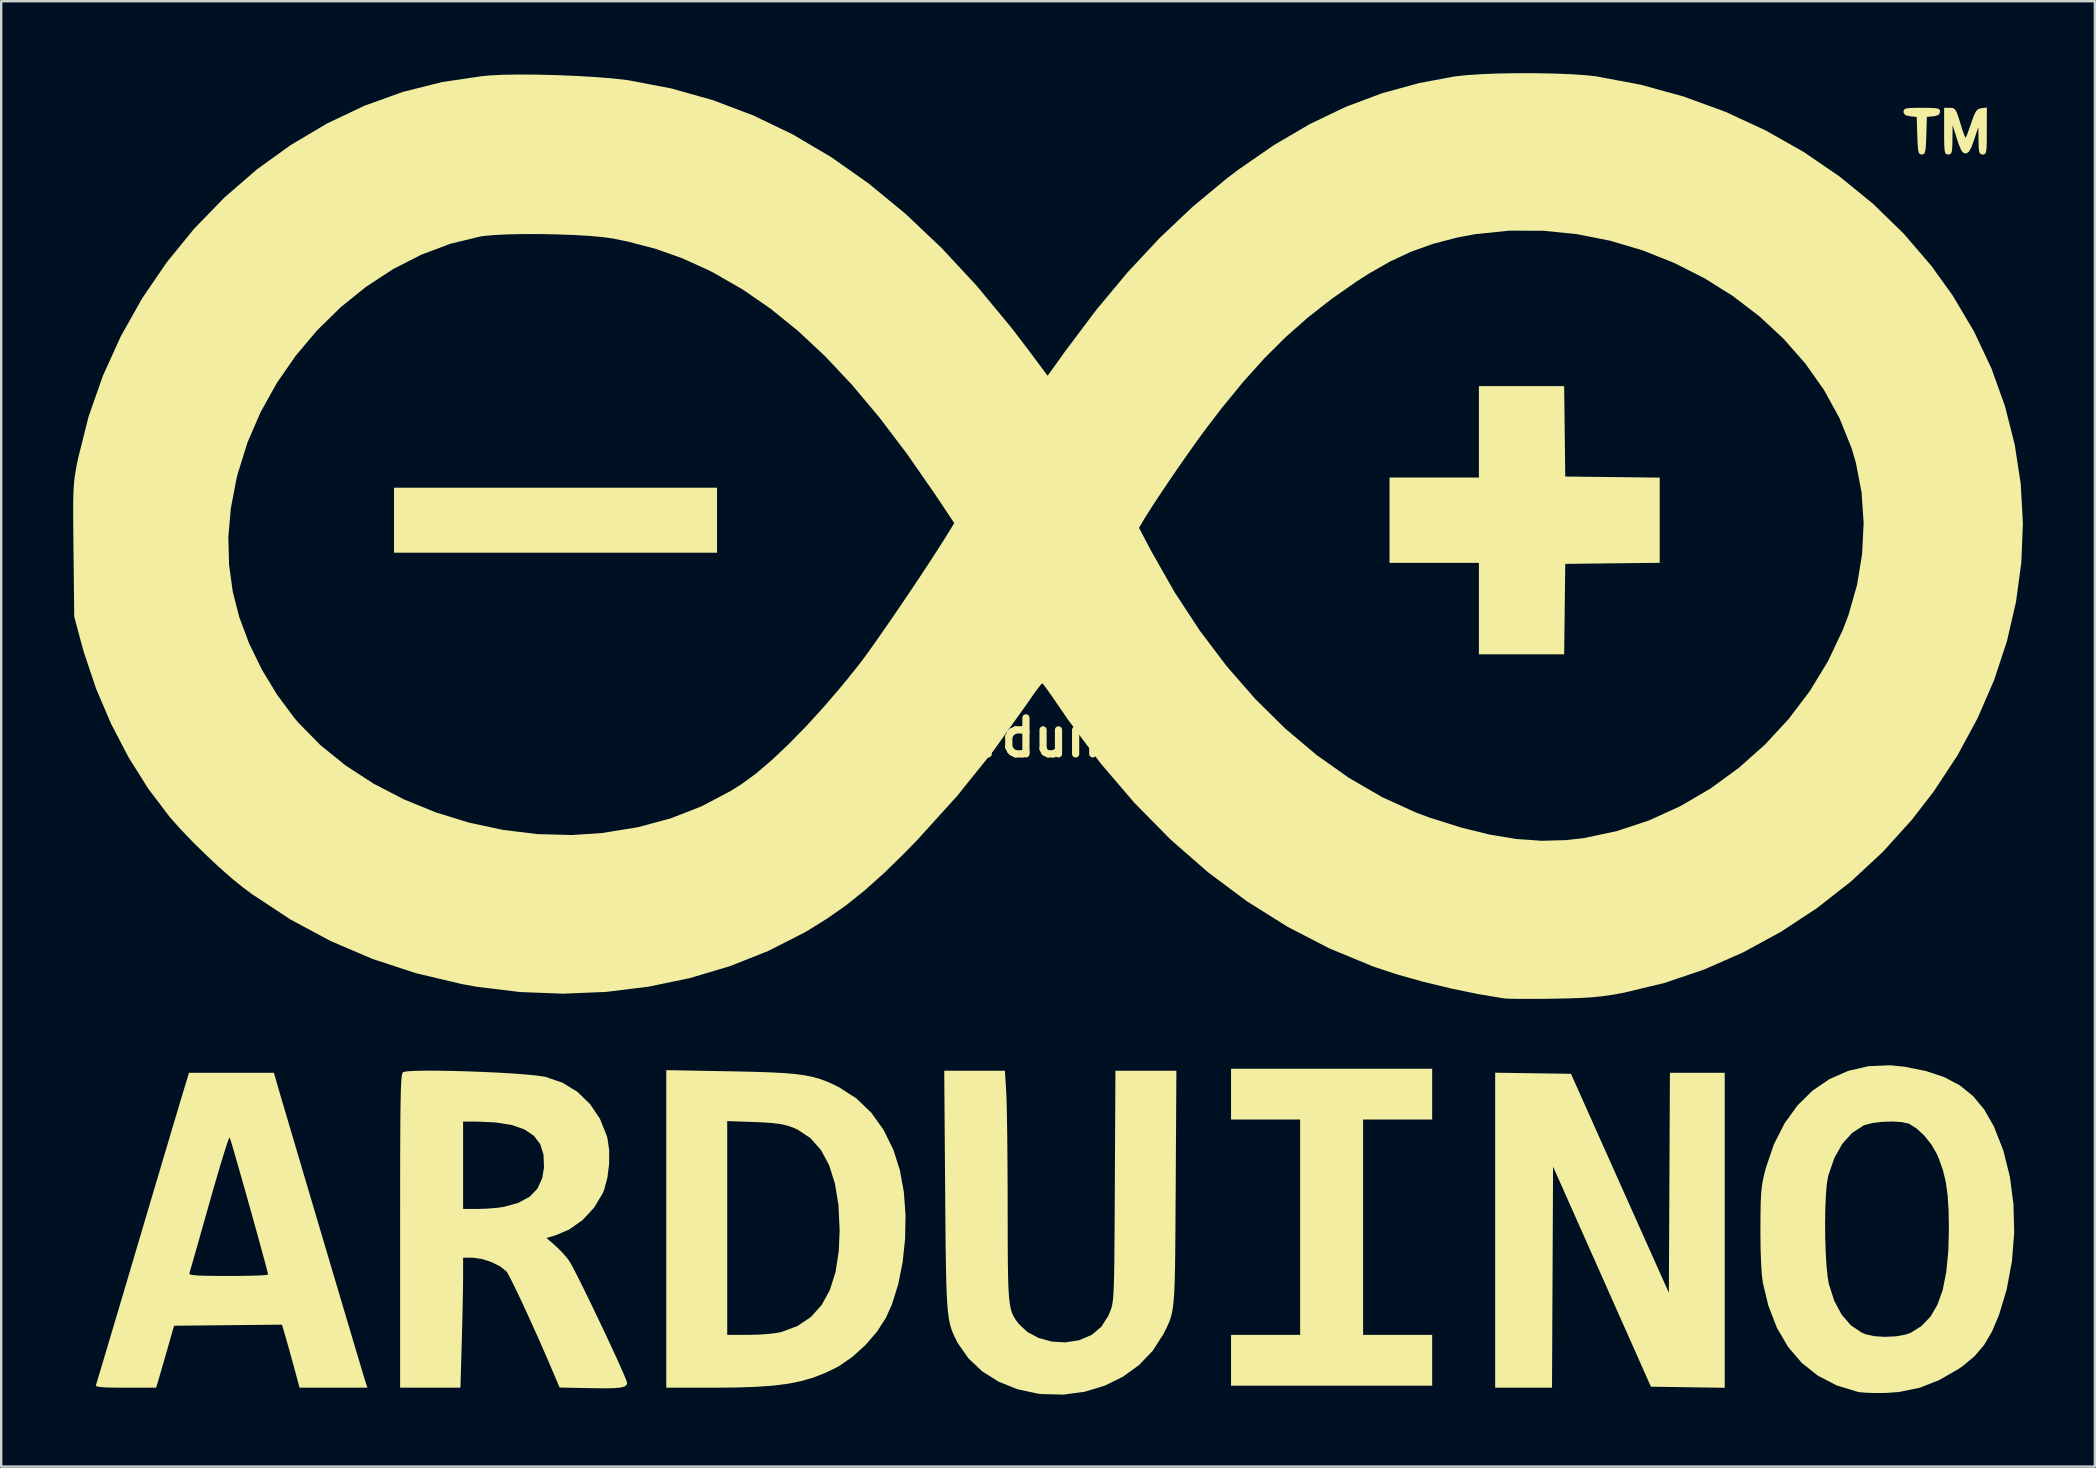
<source format=kicad_pcb>
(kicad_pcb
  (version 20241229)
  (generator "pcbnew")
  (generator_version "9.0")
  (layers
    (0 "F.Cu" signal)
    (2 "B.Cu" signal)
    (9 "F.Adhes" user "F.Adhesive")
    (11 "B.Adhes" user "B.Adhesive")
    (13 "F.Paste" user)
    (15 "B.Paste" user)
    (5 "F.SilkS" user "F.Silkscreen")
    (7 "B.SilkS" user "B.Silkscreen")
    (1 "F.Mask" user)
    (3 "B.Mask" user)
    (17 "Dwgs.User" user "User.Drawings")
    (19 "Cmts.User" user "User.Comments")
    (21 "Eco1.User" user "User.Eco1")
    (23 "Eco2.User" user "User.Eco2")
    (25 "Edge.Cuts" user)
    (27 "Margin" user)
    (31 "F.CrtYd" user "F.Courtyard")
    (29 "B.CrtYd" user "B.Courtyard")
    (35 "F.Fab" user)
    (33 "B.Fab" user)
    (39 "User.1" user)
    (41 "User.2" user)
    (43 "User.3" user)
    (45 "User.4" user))
  (footprint "arduino"
    (layer "F.Cu")
    (at 40.634 27.689)
    (property "Reference" "arduino" (at 0 0 0) (layer "F.SilkS") (effects (font (size 1.5 1.5) (thickness 0.3))))
    (attr board_only exclude_from_pos_files exclude_from_bom)
    (fp_poly (pts (xy -13.801 -9.059) (xy -13.801 -7.705) (xy -20.532 -7.705) (xy -27.263 -7.705) (xy -27.263 -9.059) (xy -27.263 -10.414) (xy -20.532 -10.414) (xy -13.801 -10.414)) (stroke (width 0) (type solid)) (fill yes) (layer "F.SilkS"))
    (fp_poly (pts (xy 20.206 13.989) (xy 21.786 14.012) (xy 23.826 18.576) (xy 25.866 23.139) (xy 25.888 18.554) (xy 25.909 13.97) (xy 27.052 13.97) (xy 28.194 13.97) (xy 28.194 20.534) (xy 28.194 27.097) (xy 26.656 27.074) (xy 25.118 27.051) (xy 23.079 22.465) (xy 21.04 17.879) (xy 21.018 22.486) (xy 20.996 27.093) (xy 19.811 27.093) (xy 18.627 27.093) (xy 18.627 20.53) (xy 18.627 13.966)) (stroke (width 0) (type solid)) (fill yes) (layer "F.SilkS"))
    (fp_poly (pts (xy 16.002 14.859) (xy 16.002 15.917) (xy 14.563 15.917) (xy 13.123 15.917) (xy 13.123 20.405) (xy 13.123 24.892) (xy 14.563 24.892) (xy 16.002 24.892) (xy 16.002 25.95) (xy 16.002 27.009) (xy 11.811 27.009) (xy 7.62 27.009) (xy 7.62 25.95) (xy 7.62 24.892) (xy 9.059 24.892) (xy 10.499 24.892) (xy 10.499 20.405) (xy 10.499 15.917) (xy 9.059 15.917) (xy 7.62 15.917) (xy 7.62 14.859) (xy 7.62 13.801) (xy 11.811 13.801) (xy 16.002 13.801)) (stroke (width 0) (type solid)) (fill yes) (layer "F.SilkS"))
    (fp_poly (pts (xy 21.525 -12.764) (xy 21.548 -10.88) (xy 23.516 -10.857) (xy 25.485 -10.834) (xy 25.485 -9.059) (xy 25.485 -7.284) (xy 23.516 -7.262) (xy 21.548 -7.239) (xy 21.525 -5.355) (xy 21.502 -3.471) (xy 19.726 -3.471) (xy 17.949 -3.471) (xy 17.949 -5.376) (xy 17.949 -7.281) (xy 16.087 -7.281) (xy 14.224 -7.281) (xy 14.224 -9.059) (xy 14.224 -10.837) (xy 16.087 -10.837) (xy 17.949 -10.837) (xy 17.949 -12.742) (xy 17.949 -14.647) (xy 19.726 -14.647) (xy 21.502 -14.647)) (stroke (width 0) (type solid)) (fill yes) (layer "F.SilkS"))
    (fp_poly (pts (xy 36.769 -26.244) (xy 36.994 -26.23) (xy 37.115 -26.199) (xy 37.162 -26.143) (xy 37.169 -26.083) (xy 37.121 -25.958) (xy 36.954 -25.899) (xy 36.894 -25.892) (xy 36.618 -25.866) (xy 36.594 -25.082) (xy 36.579 -24.713) (xy 36.558 -24.482) (xy 36.523 -24.357) (xy 36.467 -24.307) (xy 36.407 -24.299) (xy 36.329 -24.315) (xy 36.279 -24.382) (xy 36.248 -24.531) (xy 36.23 -24.796) (xy 36.219 -25.082) (xy 36.195 -25.866) (xy 35.92 -25.892) (xy 35.719 -25.94) (xy 35.647 -26.047) (xy 35.645 -26.083) (xy 35.659 -26.161) (xy 35.722 -26.209) (xy 35.867 -26.235) (xy 36.126 -26.245) (xy 36.407 -26.247)) (stroke (width 0) (type solid)) (fill yes) (layer "F.SilkS"))
    (fp_poly (pts (xy 39.116 -25.279) (xy 39.114 -24.859) (xy 39.106 -24.58) (xy 39.085 -24.413) (xy 39.048 -24.33) (xy 38.989 -24.302) (xy 38.947 -24.299) (xy 38.856 -24.316) (xy 38.804 -24.392) (xy 38.779 -24.564) (xy 38.77 -24.867) (xy 38.77 -24.871) (xy 38.763 -25.442) (xy 38.579 -24.892) (xy 38.466 -24.584) (xy 38.368 -24.412) (xy 38.267 -24.346) (xy 38.23 -24.342) (xy 38.129 -24.376) (xy 38.039 -24.499) (xy 37.941 -24.741) (xy 37.877 -24.934) (xy 37.691 -25.527) (xy 37.684 -24.913) (xy 37.676 -24.595) (xy 37.654 -24.41) (xy 37.608 -24.324) (xy 37.528 -24.3) (xy 37.507 -24.299) (xy 37.435 -24.31) (xy 37.386 -24.36) (xy 37.357 -24.478) (xy 37.343 -24.694) (xy 37.338 -25.035) (xy 37.338 -25.273) (xy 37.338 -26.247) (xy 37.58 -26.247) (xy 37.704 -26.236) (xy 37.792 -26.181) (xy 37.867 -26.048) (xy 37.952 -25.804) (xy 38.012 -25.606) (xy 38.104 -25.312) (xy 38.181 -25.098) (xy 38.23 -25.002) (xy 38.237 -25) (xy 38.279 -25.092) (xy 38.358 -25.302) (xy 38.457 -25.586) (xy 38.468 -25.62) (xy 38.579 -25.928) (xy 38.671 -26.109) (xy 38.767 -26.198) (xy 38.89 -26.231) (xy 39.116 -26.258)) (stroke (width 0) (type solid)) (fill yes) (layer "F.SilkS"))
    (fp_poly (pts (xy -13.271 13.907) (xy -12.396 13.925) (xy -11.667 13.948) (xy -11.065 13.978) (xy -10.565 14.02) (xy -10.148 14.075) (xy -9.79 14.148) (xy -9.47 14.241) (xy -9.167 14.358) (xy -8.857 14.502) (xy -8.702 14.58) (xy -7.99 15.042) (xy -7.371 15.638) (xy -6.854 16.359) (xy -6.447 17.192) (xy -6.18 18.034) (xy -6.017 18.934) (xy -5.946 19.897) (xy -5.964 20.885) (xy -6.067 21.861) (xy -6.251 22.787) (xy -6.514 23.626) (xy -6.759 24.172) (xy -7.125 24.744) (xy -7.605 25.303) (xy -8.151 25.801) (xy -8.716 26.193) (xy -8.848 26.264) (xy -9.322 26.49) (xy -9.797 26.674) (xy -10.295 26.818) (xy -10.841 26.928) (xy -11.46 27.006) (xy -12.175 27.057) (xy -13.01 27.085) (xy -13.989 27.093) (xy -15.917 27.093) (xy -15.917 20.477) (xy -15.917 20.437) (xy -13.377 20.437) (xy -13.377 24.892) (xy -12.467 24.891) (xy -12.022 24.879) (xy -11.593 24.847) (xy -11.243 24.8) (xy -11.111 24.771) (xy -10.447 24.52) (xy -9.892 24.148) (xy -9.444 23.651) (xy -9.102 23.028) (xy -8.863 22.276) (xy -8.727 21.392) (xy -8.692 20.532) (xy -8.741 19.491) (xy -8.888 18.586) (xy -9.131 17.818) (xy -9.472 17.187) (xy -9.908 16.693) (xy -10.44 16.339) (xy -10.642 16.25) (xy -10.9 16.164) (xy -11.18 16.102) (xy -11.524 16.061) (xy -11.973 16.032) (xy -12.255 16.021) (xy -13.377 15.982) (xy -13.377 20.437) (xy -15.917 20.437) (xy -15.917 13.86)) (stroke (width 0) (type solid)) (fill yes) (layer "F.SilkS"))
    (fp_poly (pts (xy -1.749 14.788) (xy -1.737 15.062) (xy -1.726 15.484) (xy -1.716 16.031) (xy -1.707 16.68) (xy -1.7 17.409) (xy -1.694 18.197) (xy -1.691 19.021) (xy -1.69 19.592) (xy -1.688 20.549) (xy -1.686 21.352) (xy -1.68 22.017) (xy -1.67 22.56) (xy -1.654 22.997) (xy -1.63 23.344) (xy -1.597 23.616) (xy -1.554 23.829) (xy -1.499 23.999) (xy -1.431 24.141) (xy -1.348 24.272) (xy -1.248 24.407) (xy -1.232 24.428) (xy -0.872 24.769) (xy -0.402 25.02) (xy 0.138 25.169) (xy 0.709 25.205) (xy 1.272 25.119) (xy 1.297 25.112) (xy 1.816 24.89) (xy 2.215 24.554) (xy 2.508 24.091) (xy 2.557 23.977) (xy 2.598 23.872) (xy 2.634 23.769) (xy 2.663 23.654) (xy 2.687 23.513) (xy 2.707 23.331) (xy 2.723 23.094) (xy 2.736 22.788) (xy 2.746 22.398) (xy 2.754 21.91) (xy 2.76 21.31) (xy 2.766 20.584) (xy 2.771 19.717) (xy 2.776 18.696) (xy 2.776 18.69) (xy 2.801 13.885) (xy 4.071 13.885) (xy 5.342 13.885) (xy 5.313 18.775) (xy 5.306 19.832) (xy 5.3 20.734) (xy 5.293 21.497) (xy 5.284 22.135) (xy 5.271 22.662) (xy 5.254 23.094) (xy 5.23 23.444) (xy 5.199 23.729) (xy 5.16 23.962) (xy 5.111 24.159) (xy 5.051 24.334) (xy 4.979 24.501) (xy 4.893 24.676) (xy 4.798 24.863) (xy 4.356 25.553) (xy 3.788 26.147) (xy 3.113 26.636) (xy 2.351 27.01) (xy 1.519 27.262) (xy 0.638 27.381) (xy -0.274 27.359) (xy -0.437 27.34) (xy -1.293 27.154) (xy -2.07 26.841) (xy -2.752 26.411) (xy -3.321 25.875) (xy -3.762 25.244) (xy -3.814 25.146) (xy -3.903 24.968) (xy -3.979 24.8) (xy -4.043 24.626) (xy -4.097 24.434) (xy -4.142 24.208) (xy -4.178 23.934) (xy -4.207 23.599) (xy -4.23 23.187) (xy -4.248 22.686) (xy -4.261 22.079) (xy -4.273 21.355) (xy -4.282 20.497) (xy -4.29 19.492) (xy -4.295 18.86) (xy -4.333 13.885) (xy -3.068 13.885) (xy -1.804 13.885)) (stroke (width 0) (type solid)) (fill yes) (layer "F.SilkS"))
    (fp_poly (pts (xy 35.673 13.714) (xy 36.582 13.897) (xy 37.352 14.154) (xy 38 14.498) (xy 38.544 14.941) (xy 39.003 15.493) (xy 39.392 16.168) (xy 39.411 16.207) (xy 39.805 17.207) (xy 40.077 18.299) (xy 40.228 19.453) (xy 40.257 20.641) (xy 40.162 21.836) (xy 39.942 23.008) (xy 39.627 24.053) (xy 39.335 24.748) (xy 39.005 25.31) (xy 38.607 25.779) (xy 38.114 26.19) (xy 37.937 26.312) (xy 37.123 26.78) (xy 36.313 27.096) (xy 35.471 27.27) (xy 34.929 27.311) (xy 34.524 27.316) (xy 34.143 27.306) (xy 33.844 27.283) (xy 33.74 27.267) (xy 32.858 26.998) (xy 32.078 26.594) (xy 31.402 26.058) (xy 30.831 25.39) (xy 30.367 24.594) (xy 30.011 23.67) (xy 29.785 22.733) (xy 29.742 22.396) (xy 29.71 21.918) (xy 29.689 21.324) (xy 29.681 20.642) (xy 29.681 20.447) (xy 29.683 20.22) (xy 32.377 20.22) (xy 32.382 20.846) (xy 32.402 21.454) (xy 32.435 22.009) (xy 32.482 22.472) (xy 32.535 22.775) (xy 32.758 23.471) (xy 33.067 24.049) (xy 33.454 24.497) (xy 33.909 24.802) (xy 34.056 24.864) (xy 34.42 24.946) (xy 34.865 24.974) (xy 35.325 24.952) (xy 35.733 24.88) (xy 35.951 24.802) (xy 36.398 24.519) (xy 36.765 24.135) (xy 37.057 23.64) (xy 37.276 23.024) (xy 37.426 22.277) (xy 37.512 21.391) (xy 37.536 20.489) (xy 37.524 19.713) (xy 37.483 19.068) (xy 37.406 18.518) (xy 37.287 18.027) (xy 37.122 17.56) (xy 37.035 17.356) (xy 36.812 16.967) (xy 36.518 16.597) (xy 36.194 16.293) (xy 35.881 16.097) (xy 35.85 16.084) (xy 35.56 16.022) (xy 35.169 16) (xy 34.74 16.015) (xy 34.337 16.065) (xy 34.023 16.148) (xy 33.985 16.163) (xy 33.502 16.475) (xy 33.091 16.932) (xy 32.759 17.527) (xy 32.512 18.249) (xy 32.502 18.288) (xy 32.448 18.611) (xy 32.41 19.065) (xy 32.386 19.614) (xy 32.377 20.22) (xy 29.683 20.22) (xy 29.685 19.851) (xy 29.693 19.389) (xy 29.71 19.028) (xy 29.737 18.732) (xy 29.779 18.468) (xy 29.839 18.2) (xy 29.909 17.93) (xy 30.245 16.945) (xy 30.688 16.076) (xy 31.227 15.329) (xy 31.855 14.711) (xy 32.564 14.229) (xy 33.343 13.888) (xy 34.185 13.695) (xy 35.081 13.656)) (stroke (width 0) (type solid)) (fill yes) (layer "F.SilkS"))
    (fp_poly (pts (xy -32.129 14.457) (xy -32.063 14.686) (xy -31.956 15.05) (xy -31.813 15.533) (xy -31.64 16.119) (xy -31.441 16.793) (xy -31.22 17.539) (xy -30.983 18.341) (xy -30.733 19.185) (xy -30.475 20.055) (xy -30.214 20.934) (xy -29.955 21.808) (xy -29.702 22.661) (xy -29.459 23.477) (xy -29.232 24.241) (xy -29.025 24.937) (xy -28.843 25.55) (xy -28.689 26.064) (xy -28.57 26.463) (xy -28.489 26.733) (xy -28.451 26.857) (xy -28.45 26.86) (xy -28.372 27.093) (xy -29.786 27.093) (xy -31.2 27.093) (xy -31.435 26.225) (xy -31.55 25.807) (xy -31.664 25.395) (xy -31.761 25.052) (xy -31.802 24.912) (xy -31.933 24.466) (xy -34.182 24.488) (xy -36.431 24.511) (xy -36.636 25.231) (xy -36.756 25.651) (xy -36.885 26.097) (xy -36.996 26.48) (xy -37.008 26.522) (xy -37.176 27.093) (xy -38.451 27.093) (xy -38.961 27.09) (xy -39.321 27.08) (xy -39.549 27.06) (xy -39.665 27.03) (xy -39.687 26.988) (xy -39.656 26.89) (xy -39.582 26.644) (xy -39.468 26.263) (xy -39.317 25.759) (xy -39.135 25.146) (xy -38.924 24.438) (xy -38.689 23.648) (xy -38.434 22.789) (xy -38.298 22.331) (xy -35.794 22.331) (xy -35.771 22.369) (xy -35.661 22.397) (xy -35.445 22.417) (xy -35.107 22.429) (xy -34.63 22.435) (xy -34.172 22.437) (xy -33.663 22.434) (xy -33.217 22.426) (xy -32.859 22.414) (xy -32.617 22.399) (xy -32.514 22.381) (xy -32.512 22.378) (xy -32.534 22.276) (xy -32.596 22.035) (xy -32.691 21.678) (xy -32.814 21.228) (xy -32.957 20.709) (xy -33.114 20.142) (xy -33.279 19.552) (xy -33.445 18.96) (xy -33.607 18.39) (xy -33.757 17.864) (xy -33.888 17.406) (xy -33.996 17.038) (xy -34.073 16.783) (xy -34.113 16.665) (xy -34.115 16.66) (xy -34.15 16.723) (xy -34.224 16.932) (xy -34.332 17.268) (xy -34.469 17.713) (xy -34.628 18.248) (xy -34.805 18.857) (xy -34.962 19.411) (xy -35.15 20.076) (xy -35.324 20.69) (xy -35.479 21.236) (xy -35.609 21.692) (xy -35.709 22.04) (xy -35.773 22.26) (xy -35.794 22.331) (xy -38.298 22.331) (xy -38.163 21.874) (xy -37.979 21.251) (xy -37.692 20.284) (xy -37.414 19.345) (xy -37.148 18.451) (xy -36.9 17.616) (xy -36.674 16.857) (xy -36.476 16.189) (xy -36.308 15.628) (xy -36.178 15.19) (xy -36.088 14.891) (xy -36.059 14.796) (xy -35.807 13.97) (xy -34.038 13.97) (xy -32.27 13.97)) (stroke (width 0) (type solid)) (fill yes) (layer "F.SilkS"))
    (fp_poly (pts (xy -25.429 13.882) (xy -24.839 13.892) (xy -24.209 13.909) (xy -23.565 13.933) (xy -22.933 13.963) (xy -22.338 13.998) (xy -21.807 14.037) (xy -21.364 14.079) (xy -21.037 14.124) (xy -20.945 14.142) (xy -20.243 14.382) (xy -19.621 14.764) (xy -19.096 15.27) (xy -18.683 15.884) (xy -18.399 16.59) (xy -18.367 16.707) (xy -18.296 17.203) (xy -18.299 17.771) (xy -18.37 18.339) (xy -18.504 18.84) (xy -18.561 18.98) (xy -18.925 19.59) (xy -19.405 20.107) (xy -19.972 20.506) (xy -20.55 20.749) (xy -20.908 20.853) (xy -20.521 21.193) (xy -20.271 21.437) (xy -20.046 21.696) (xy -19.945 21.837) (xy -19.836 22.029) (xy -19.676 22.336) (xy -19.475 22.735) (xy -19.244 23.204) (xy -18.993 23.721) (xy -18.734 24.263) (xy -18.475 24.809) (xy -18.229 25.335) (xy -18.005 25.821) (xy -17.814 26.244) (xy -17.666 26.581) (xy -17.573 26.81) (xy -17.544 26.909) (xy -17.584 26.992) (xy -17.679 27.053) (xy -17.852 27.092) (xy -18.125 27.113) (xy -18.521 27.119) (xy -19.06 27.112) (xy -19.135 27.111) (xy -20.362 27.086) (xy -20.694 26.306) (xy -20.96 25.689) (xy -21.235 25.063) (xy -21.51 24.451) (xy -21.774 23.873) (xy -22.017 23.35) (xy -22.23 22.904) (xy -22.404 22.555) (xy -22.527 22.326) (xy -22.58 22.246) (xy -22.839 22.04) (xy -23.202 21.858) (xy -23.601 21.728) (xy -23.971 21.676) (xy -23.982 21.675) (xy -24.384 21.675) (xy -24.384 22.465) (xy -24.387 22.791) (xy -24.394 23.247) (xy -24.405 23.795) (xy -24.419 24.395) (xy -24.435 25.009) (xy -24.44 25.175) (xy -24.496 27.093) (xy -25.752 27.093) (xy -27.009 27.093) (xy -27.009 20.541) (xy -27.008 19.325) (xy -27.008 18.267) (xy -27.007 17.822) (xy -24.384 17.822) (xy -24.384 19.643) (xy -23.761 19.643) (xy -23.369 19.63) (xy -22.97 19.597) (xy -22.684 19.557) (xy -22.075 19.387) (xy -21.61 19.134) (xy -21.281 18.79) (xy -21.083 18.348) (xy -21.013 17.909) (xy -21.033 17.378) (xy -21.173 16.94) (xy -21.437 16.591) (xy -21.833 16.327) (xy -22.365 16.144) (xy -23.04 16.037) (xy -23.812 16.004) (xy -24.384 16.002) (xy -24.384 17.822) (xy -27.007 17.822) (xy -27.006 17.357) (xy -27.003 16.583) (xy -26.999 15.935) (xy -26.993 15.401) (xy -26.985 14.971) (xy -26.976 14.633) (xy -26.964 14.376) (xy -26.95 14.191) (xy -26.933 14.065) (xy -26.913 13.987) (xy -26.891 13.947) (xy -26.875 13.937) (xy -26.702 13.907) (xy -26.387 13.889) (xy -25.954 13.881)) (stroke (width 0) (type solid)) (fill yes) (layer "F.SilkS"))
    (fp_poly (pts (xy 20.348 -27.688) (xy 21.116 -27.673) (xy 21.824 -27.644) (xy 22.435 -27.602) (xy 22.849 -27.555) (xy 24.695 -27.208) (xy 26.493 -26.713) (xy 28.231 -26.076) (xy 29.898 -25.304) (xy 31.485 -24.405) (xy 32.98 -23.383) (xy 34.373 -22.247) (xy 35.653 -21.002) (xy 36.809 -19.655) (xy 37.7 -18.415) (xy 38.584 -16.923) (xy 39.309 -15.386) (xy 39.874 -13.811) (xy 40.28 -12.206) (xy 40.529 -10.579) (xy 40.62 -8.939) (xy 40.554 -7.293) (xy 40.332 -5.65) (xy 39.955 -4.018) (xy 39.423 -2.404) (xy 38.736 -0.817) (xy 37.897 0.736) (xy 36.904 2.245) (xy 35.989 3.429) (xy 34.784 4.762) (xy 33.463 5.99) (xy 32.043 7.103) (xy 30.538 8.093) (xy 28.964 8.95) (xy 27.335 9.666) (xy 25.669 10.23) (xy 23.988 10.633) (xy 23.533 10.715) (xy 23.12 10.776) (xy 22.706 10.819) (xy 22.251 10.849) (xy 21.711 10.868) (xy 21.044 10.881) (xy 21.04 10.882) (xy 20.492 10.888) (xy 19.987 10.89) (xy 19.556 10.888) (xy 19.228 10.882) (xy 19.032 10.873) (xy 19.008 10.871) (xy 17.912 10.688) (xy 16.77 10.452) (xy 15.633 10.177) (xy 14.555 9.874) (xy 13.589 9.557) (xy 13.524 9.533) (xy 11.718 8.786) (xy 9.968 7.881) (xy 8.278 6.82) (xy 6.652 5.606) (xy 5.091 4.241) (xy 3.598 2.726) (xy 2.176 1.065) (xy 0.828 -0.741) (xy 0.494 -1.228) (xy 0.247 -1.59) (xy 0.032 -1.897) (xy -0.132 -2.125) (xy -0.229 -2.248) (xy -0.244 -2.261) (xy -0.309 -2.203) (xy -0.446 -2.029) (xy -0.635 -1.768) (xy -0.847 -1.461) (xy -2.277 0.544) (xy -3.801 2.439) (xy -5.452 4.262) (xy -6.011 4.836) (xy -6.855 5.659) (xy -7.644 6.364) (xy -8.411 6.979) (xy -9.19 7.528) (xy -10.014 8.04) (xy -10.174 8.132) (xy -11.673 8.895) (xy -13.264 9.526) (xy -14.931 10.022) (xy -16.655 10.38) (xy -18.422 10.598) (xy -20.213 10.673) (xy -22.013 10.604) (xy -23.805 10.386) (xy -24.417 10.276) (xy -26.331 9.824) (xy -28.16 9.225) (xy -29.906 8.478) (xy -31.572 7.584) (xy -33.159 6.54) (xy -33.566 6.239) (xy -34.021 5.87) (xy -34.546 5.407) (xy -35.103 4.886) (xy -35.654 4.344) (xy -36.16 3.816) (xy -36.585 3.34) (xy -36.624 3.293) (xy -37.514 2.118) (xy -38.331 0.815) (xy -39.059 -0.584) (xy -39.682 -2.045) (xy -40.183 -3.538) (xy -40.283 -3.895) (xy -40.59 -5.038) (xy -40.621 -7.791) (xy -40.627 -8.367) (xy -34.168 -8.367) (xy -34.138 -7.205) (xy -33.986 -6.097) (xy -33.714 -5.024) (xy -33.302 -3.923) (xy -32.77 -2.831) (xy -32.135 -1.784) (xy -31.416 -0.818) (xy -31.245 -0.617) (xy -30.323 0.321) (xy -29.271 1.17) (xy -28.108 1.923) (xy -26.853 2.574) (xy -25.524 3.116) (xy -24.141 3.543) (xy -22.721 3.847) (xy -21.283 4.022) (xy -19.847 4.061) (xy -18.588 3.976) (xy -17.117 3.738) (xy -15.746 3.371) (xy -14.457 2.869) (xy -13.235 2.226) (xy -12.781 1.94) (xy -12.2 1.516) (xy -11.549 0.963) (xy -10.843 0.3) (xy -10.101 -0.458) (xy -9.339 -1.293) (xy -8.573 -2.187) (xy -7.897 -3.027) (xy -7.658 -3.344) (xy -7.345 -3.778) (xy -6.975 -4.304) (xy -6.565 -4.896) (xy -6.133 -5.528) (xy -5.696 -6.176) (xy -5.271 -6.813) (xy -4.875 -7.415) (xy -4.527 -7.955) (xy -4.256 -8.385) (xy -4.037 -8.741) (xy 3.785 -8.741) (xy 4.291 -7.778) (xy 5.263 -6.065) (xy 6.315 -4.46) (xy 7.44 -2.972) (xy 8.632 -1.607) (xy 9.883 -0.372) (xy 11.185 0.725) (xy 12.531 1.678) (xy 13.914 2.48) (xy 15.326 3.124) (xy 15.892 3.333) (xy 17.189 3.744) (xy 18.386 4.04) (xy 19.505 4.225) (xy 20.567 4.301) (xy 21.596 4.272) (xy 22.31 4.19) (xy 23.695 3.898) (xy 25.047 3.449) (xy 26.353 2.853) (xy 27.6 2.122) (xy 28.775 1.266) (xy 29.866 0.297) (xy 30.858 -0.775) (xy 31.74 -1.94) (xy 32.498 -3.185) (xy 33.12 -4.5) (xy 33.35 -5.106) (xy 33.709 -6.364) (xy 33.92 -7.652) (xy 33.983 -8.945) (xy 33.896 -10.22) (xy 33.66 -11.454) (xy 33.479 -12.066) (xy 32.977 -13.311) (xy 32.33 -14.489) (xy 31.549 -15.593) (xy 30.648 -16.618) (xy 29.639 -17.556) (xy 28.535 -18.4) (xy 27.348 -19.144) (xy 26.091 -19.78) (xy 24.777 -20.304) (xy 23.418 -20.707) (xy 22.027 -20.982) (xy 20.617 -21.124) (xy 19.199 -21.125) (xy 17.788 -20.979) (xy 17.018 -20.833) (xy 16.044 -20.579) (xy 15.134 -20.254) (xy 14.243 -19.839) (xy 13.327 -19.314) (xy 12.827 -18.992) (xy 11.781 -18.259) (xy 10.81 -17.498) (xy 9.892 -16.686) (xy 9.003 -15.8) (xy 8.119 -14.817) (xy 7.218 -13.715) (xy 6.544 -12.831) (xy 6.211 -12.377) (xy 5.839 -11.854) (xy 5.446 -11.291) (xy 5.054 -10.72) (xy 4.684 -10.17) (xy 4.356 -9.672) (xy 4.091 -9.256) (xy 3.939 -9.006) (xy 3.785 -8.741) (xy -4.037 -8.741) (xy -3.915 -8.939) (xy -4.746 -10.184) (xy -5.898 -11.842) (xy -7.035 -13.34) (xy -8.163 -14.685) (xy -9.289 -15.884) (xy -10.422 -16.944) (xy -11.568 -17.872) (xy -12.735 -18.676) (xy -13.931 -19.363) (xy -14.191 -19.496) (xy -15.259 -19.979) (xy -16.341 -20.362) (xy -17.494 -20.666) (xy -18.128 -20.796) (xy -18.55 -20.857) (xy -19.098 -20.906) (xy -19.739 -20.944) (xy -20.436 -20.97) (xy -21.154 -20.984) (xy -21.857 -20.984) (xy -22.512 -20.972) (xy -23.082 -20.945) (xy -23.532 -20.903) (xy -23.664 -20.883) (xy -24.909 -20.582) (xy -26.126 -20.125) (xy -27.302 -19.524) (xy -28.426 -18.79) (xy -29.484 -17.937) (xy -30.465 -16.975) (xy -31.357 -15.918) (xy -32.147 -14.777) (xy -32.823 -13.565) (xy -33.372 -12.294) (xy -33.783 -10.975) (xy -33.824 -10.809) (xy -34.064 -9.556) (xy -34.168 -8.367) (xy -40.627 -8.367) (xy -40.629 -8.551) (xy -40.634 -9.166) (xy -40.634 -9.659) (xy -40.628 -10.057) (xy -40.615 -10.381) (xy -40.595 -10.658) (xy -40.564 -10.91) (xy -40.523 -11.163) (xy -40.471 -11.439) (xy -40.432 -11.631) (xy -39.994 -13.374) (xy -39.397 -15.075) (xy -38.651 -16.721) (xy -37.764 -18.299) (xy -36.743 -19.796) (xy -35.599 -21.201) (xy -34.339 -22.501) (xy -32.971 -23.684) (xy -31.581 -24.686) (xy -30.057 -25.592) (xy -28.493 -26.333) (xy -26.892 -26.91) (xy -25.253 -27.321) (xy -23.579 -27.568) (xy -23.283 -27.594) (xy -22.73 -27.623) (xy -22.049 -27.633) (xy -21.282 -27.628) (xy -20.469 -27.608) (xy -19.652 -27.574) (xy -18.871 -27.528) (xy -18.166 -27.472) (xy -17.58 -27.406) (xy -17.484 -27.392) (xy -15.702 -27.052) (xy -13.971 -26.564) (xy -12.285 -25.926) (xy -10.643 -25.135) (xy -9.041 -24.189) (xy -7.476 -23.087) (xy -5.945 -21.826) (xy -4.445 -20.405) (xy -2.973 -18.82) (xy -1.525 -17.071) (xy -0.798 -16.119) (xy -0.025 -15.078) (xy 0.674 -16.055) (xy 1.978 -17.793) (xy 3.294 -19.374) (xy 4.633 -20.809) (xy 6.006 -22.11) (xy 7.425 -23.29) (xy 7.916 -23.663) (xy 9.41 -24.695) (xy 10.896 -25.565) (xy 12.39 -26.282) (xy 13.908 -26.851) (xy 15.465 -27.279) (xy 16.944 -27.554) (xy 17.44 -27.608) (xy 18.066 -27.649) (xy 18.785 -27.676) (xy 19.558 -27.689)) (stroke (width 0) (type solid)) (fill yes) (layer "F.SilkS")))
  (gr_rect
    (start -3 -3)
    (end 84.254 58.07)
    (stroke (width 0.1) (type default))
    (fill no)
    (layer "Edge.Cuts")))
</source>
